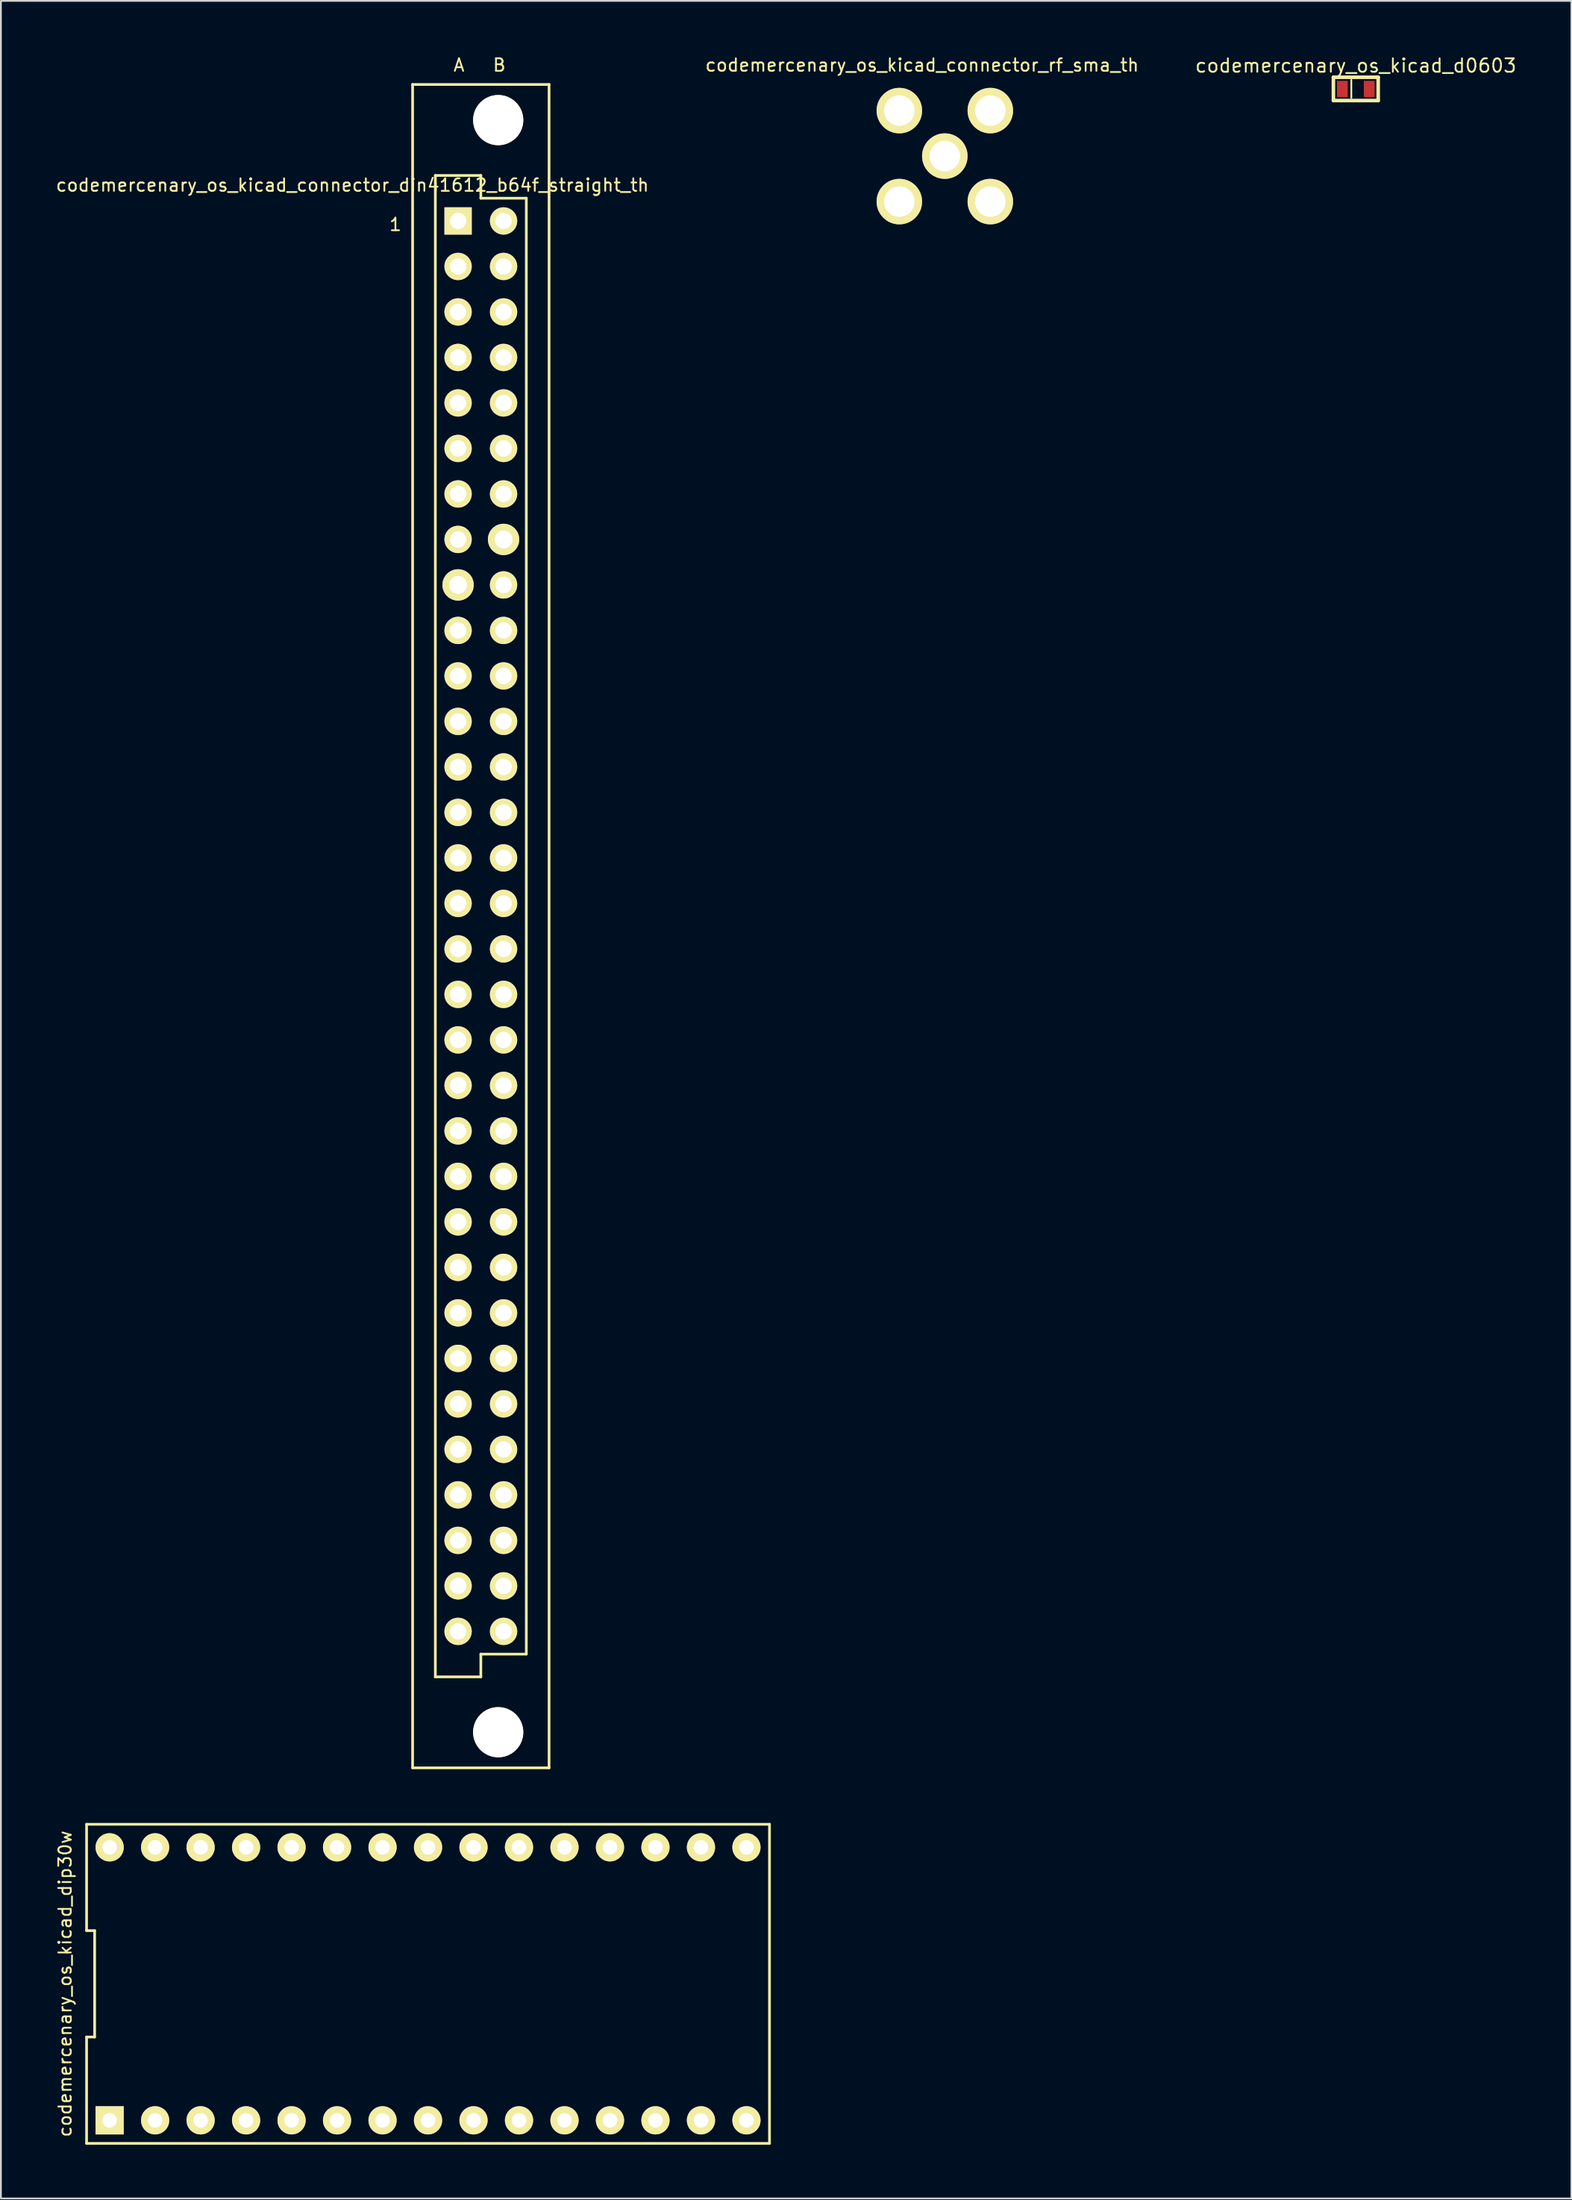
<source format=kicad_pcb>
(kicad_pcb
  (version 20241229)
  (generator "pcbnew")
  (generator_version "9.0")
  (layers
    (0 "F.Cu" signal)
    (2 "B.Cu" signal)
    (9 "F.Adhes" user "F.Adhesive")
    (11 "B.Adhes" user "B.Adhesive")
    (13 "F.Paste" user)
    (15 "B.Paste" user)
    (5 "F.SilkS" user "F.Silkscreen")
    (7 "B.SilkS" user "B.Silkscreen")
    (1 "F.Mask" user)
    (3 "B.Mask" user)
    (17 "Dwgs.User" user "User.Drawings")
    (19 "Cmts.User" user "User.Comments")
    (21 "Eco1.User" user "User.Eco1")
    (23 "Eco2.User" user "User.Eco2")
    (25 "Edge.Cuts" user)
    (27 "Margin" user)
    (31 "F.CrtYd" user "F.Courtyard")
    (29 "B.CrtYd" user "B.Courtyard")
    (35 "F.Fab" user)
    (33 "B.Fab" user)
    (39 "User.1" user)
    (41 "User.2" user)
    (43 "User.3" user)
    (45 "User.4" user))
  (footprint "codemercenary_os_kicad_connector_rf_sma_th"
    (layer "F.Cu")
    (at 49.71 5.665)
    (property "Reference" "codemercenary_os_kicad_connector_rf_sma_th" (at -1.27 -5.08 0) (layer "F.SilkS") (effects (font (size 0.7 0.7) (thickness 0.1))))
    (attr through_hole)
    (pad "1" thru_hole circle (at 0 0) (size 2.54 2.54) (drill 1.702) (layers "*.Cu" "*.Mask" "F.SilkS"))
    (pad "2" thru_hole circle (at 2.54 -2.54) (size 2.54 2.54) (drill 1.702) (layers "*.Cu" "*.Mask" "F.SilkS"))
    (pad "3" thru_hole circle (at -2.54 -2.54) (size 2.54 2.54) (drill 1.702) (layers "*.Cu" "*.Mask" "F.SilkS"))
    (pad "4" thru_hole circle (at -2.54 2.54) (size 2.54 2.54) (drill 1.702) (layers "*.Cu" "*.Mask" "F.SilkS"))
    (pad "5" thru_hole circle (at 2.54 2.54) (size 2.54 2.54) (drill 1.702) (layers "*.Cu" "*.Mask" "F.SilkS")))
  (footprint "codemercenary_os_kicad_d0603"
    (layer "F.Cu")
    (at 72.659 1.914)
    (property "Reference" "codemercenary_os_kicad_d0603" (at 0 -1.3 0) (layer "F.SilkS") (effects (font (size 0.75 0.75) (thickness 0.1))))
    (attr smd)
    (fp_line (start -1.25 -0.65) (end 1.25 -0.65) (stroke (width 0.2) (type solid)) (layer "F.SilkS"))
    (fp_line (start -1.25 0.65) (end -1.25 -0.65) (stroke (width 0.2) (type solid)) (layer "F.SilkS"))
    (fp_line (start -0.25 -0.5) (end -0.25 0.5) (stroke (width 0.1) (type solid)) (layer "F.SilkS"))
    (fp_line (start 1.25 -0.65) (end 1.25 0.65) (stroke (width 0.2) (type solid)) (layer "F.SilkS"))
    (fp_line (start 1.25 0.65) (end -1.25 0.65) (stroke (width 0.2) (type solid)) (layer "F.SilkS"))
    (pad "A" smd rect (at 0.75 0) (size 0.6 0.9) (layers "F.Cu" "F.Mask" "F.Paste"))
    (pad "K" smd rect (at -0.75 0) (size 0.6 0.9) (layers "F.Cu" "F.Mask" "F.Paste")))
  (footprint "codemercenary_os_kicad_dip30w"
    (layer "F.Cu")
    (at 20.852 107.702)
    (property "Reference" "codemercenary_os_kicad_dip30w" (at -20.267 0 90) (layer "F.SilkS") (effects (font (size 0.7 0.7) (thickness 0.1))))
    (attr through_hole)
    (fp_line (start -19.067 -8.907) (end -19.067 -2.969) (stroke (width 0.15) (type solid)) (layer "F.SilkS"))
    (fp_line (start -19.067 -2.969) (end -18.617 -2.969) (stroke (width 0.15) (type solid)) (layer "F.SilkS"))
    (fp_line (start -19.067 2.969) (end -19.067 8.907) (stroke (width 0.15) (type solid)) (layer "F.SilkS"))
    (fp_line (start -19.067 8.907) (end 19.067 8.907) (stroke (width 0.15) (type solid)) (layer "F.SilkS"))
    (fp_line (start -18.617 -2.969) (end -18.617 2.969) (stroke (width 0.15) (type solid)) (layer "F.SilkS"))
    (fp_line (start -18.617 2.969) (end -19.067 2.969) (stroke (width 0.15) (type solid)) (layer "F.SilkS"))
    (fp_line (start 19.067 -8.907) (end -19.067 -8.907) (stroke (width 0.15) (type solid)) (layer "F.SilkS"))
    (fp_line (start 19.067 8.907) (end 19.067 -8.907) (stroke (width 0.15) (type solid)) (layer "F.SilkS"))
    (pad "1" thru_hole rect (at -17.78 7.62) (size 1.575 1.575) (drill 0.813) (layers "*.Cu" "*.Mask" "F.SilkS"))
    (pad "2" thru_hole circle (at -15.24 7.62) (size 1.575 1.575) (drill 0.813) (layers "*.Cu" "*.Mask" "F.SilkS"))
    (pad "3" thru_hole circle (at -12.7 7.62) (size 1.575 1.575) (drill 0.813) (layers "*.Cu" "*.Mask" "F.SilkS"))
    (pad "4" thru_hole circle (at -10.16 7.62) (size 1.575 1.575) (drill 0.813) (layers "*.Cu" "*.Mask" "F.SilkS"))
    (pad "5" thru_hole circle (at -7.62 7.62) (size 1.575 1.575) (drill 0.813) (layers "*.Cu" "*.Mask" "F.SilkS"))
    (pad "6" thru_hole circle (at -5.08 7.62) (size 1.575 1.575) (drill 0.813) (layers "*.Cu" "*.Mask" "F.SilkS"))
    (pad "7" thru_hole circle (at -2.54 7.62) (size 1.575 1.575) (drill 0.813) (layers "*.Cu" "*.Mask" "F.SilkS"))
    (pad "8" thru_hole circle (at 0 7.62) (size 1.575 1.575) (drill 0.813) (layers "*.Cu" "*.Mask" "F.SilkS"))
    (pad "9" thru_hole circle (at 2.54 7.62) (size 1.575 1.575) (drill 0.813) (layers "*.Cu" "*.Mask" "F.SilkS"))
    (pad "10" thru_hole circle (at 5.08 7.62) (size 1.575 1.575) (drill 0.813) (layers "*.Cu" "*.Mask" "F.SilkS"))
    (pad "11" thru_hole circle (at 7.62 7.62) (size 1.575 1.575) (drill 0.813) (layers "*.Cu" "*.Mask" "F.SilkS"))
    (pad "12" thru_hole circle (at 10.16 7.62) (size 1.575 1.575) (drill 0.813) (layers "*.Cu" "*.Mask" "F.SilkS"))
    (pad "13" thru_hole circle (at 12.7 7.62) (size 1.575 1.575) (drill 0.813) (layers "*.Cu" "*.Mask" "F.SilkS"))
    (pad "14" thru_hole circle (at 15.24 7.62) (size 1.575 1.575) (drill 0.813) (layers "*.Cu" "*.Mask" "F.SilkS"))
    (pad "15" thru_hole circle (at 17.78 7.62) (size 1.575 1.575) (drill 0.813) (layers "*.Cu" "*.Mask" "F.SilkS"))
    (pad "16" thru_hole circle (at 17.78 -7.62) (size 1.575 1.575) (drill 0.813) (layers "*.Cu" "*.Mask" "F.SilkS"))
    (pad "17" thru_hole circle (at 15.24 -7.62) (size 1.575 1.575) (drill 0.813) (layers "*.Cu" "*.Mask" "F.SilkS"))
    (pad "18" thru_hole circle (at 12.7 -7.62) (size 1.575 1.575) (drill 0.813) (layers "*.Cu" "*.Mask" "F.SilkS"))
    (pad "19" thru_hole circle (at 10.16 -7.62) (size 1.575 1.575) (drill 0.813) (layers "*.Cu" "*.Mask" "F.SilkS"))
    (pad "20" thru_hole circle (at 7.62 -7.62) (size 1.575 1.575) (drill 0.813) (layers "*.Cu" "*.Mask" "F.SilkS"))
    (pad "21" thru_hole circle (at 5.08 -7.62) (size 1.575 1.575) (drill 0.813) (layers "*.Cu" "*.Mask" "F.SilkS"))
    (pad "22" thru_hole circle (at 2.54 -7.62) (size 1.575 1.575) (drill 0.813) (layers "*.Cu" "*.Mask" "F.SilkS"))
    (pad "23" thru_hole circle (at 0 -7.62) (size 1.575 1.575) (drill 0.813) (layers "*.Cu" "*.Mask" "F.SilkS"))
    (pad "24" thru_hole circle (at -2.54 -7.62) (size 1.575 1.575) (drill 0.813) (layers "*.Cu" "*.Mask" "F.SilkS"))
    (pad "25" thru_hole circle (at -5.08 -7.62) (size 1.575 1.575) (drill 0.813) (layers "*.Cu" "*.Mask" "F.SilkS"))
    (pad "26" thru_hole circle (at -7.62 -7.62) (size 1.575 1.575) (drill 0.813) (layers "*.Cu" "*.Mask" "F.SilkS"))
    (pad "27" thru_hole circle (at -10.16 -7.62) (size 1.575 1.575) (drill 0.813) (layers "*.Cu" "*.Mask" "F.SilkS"))
    (pad "28" thru_hole circle (at -12.7 -7.62) (size 1.575 1.575) (drill 0.813) (layers "*.Cu" "*.Mask" "F.SilkS"))
    (pad "29" thru_hole circle (at -15.24 -7.62) (size 1.575 1.575) (drill 0.813) (layers "*.Cu" "*.Mask" "F.SilkS"))
    (pad "30" thru_hole circle (at -17.78 -7.62) (size 1.575 1.575) (drill 0.813) (layers "*.Cu" "*.Mask" "F.SilkS")))
  (footprint "codemercenary_os_kicad_connector_din41612_b64f_straight_th"
    (layer "F.Cu")
    (at 22.53 9.285)
    (property "Reference" "codemercenary_os_kicad_connector_din41612_b64f_straight_th" (at -5.9 -2 0) (layer "F.SilkS") (effects (font (size 0.7 0.7) (thickness 0.1))))
    (attr through_hole)
    (fp_line (start -2.54 -7.62) (end -2.54 86.36) (stroke (width 0.15) (type solid)) (layer "F.SilkS"))
    (fp_line (start -2.54 86.36) (end 5.08 86.36) (stroke (width 0.15) (type solid)) (layer "F.SilkS"))
    (fp_line (start -1.27 -2.54) (end 1.27 -2.54) (stroke (width 0.15) (type solid)) (layer "F.SilkS"))
    (fp_line (start -1.27 81.28) (end -1.27 -2.54) (stroke (width 0.15) (type solid)) (layer "F.SilkS"))
    (fp_line (start 1.27 -2.54) (end 1.27 -1.27) (stroke (width 0.15) (type solid)) (layer "F.SilkS"))
    (fp_line (start 1.27 -1.27) (end 3.81 -1.27) (stroke (width 0.15) (type solid)) (layer "F.SilkS"))
    (fp_line (start 1.27 80.01) (end 1.27 81.28) (stroke (width 0.15) (type solid)) (layer "F.SilkS"))
    (fp_line (start 1.27 81.28) (end -1.27 81.28) (stroke (width 0.15) (type solid)) (layer "F.SilkS"))
    (fp_line (start 3.81 -1.27) (end 3.81 80.01) (stroke (width 0.15) (type solid)) (layer "F.SilkS"))
    (fp_line (start 3.81 80.01) (end 1.27 80.01) (stroke (width 0.15) (type solid)) (layer "F.SilkS"))
    (fp_line (start 5.08 -7.62) (end -2.54 -7.62) (stroke (width 0.15) (type solid)) (layer "F.SilkS"))
    (fp_line (start 5.08 86.36) (end 5.08 -7.62) (stroke (width 0.15) (type solid)) (layer "F.SilkS"))
    (fp_text user "A   B" (at 1.2 -8.7 0) (layer "F.SilkS") (effects (font (size 0.7 0.7) (thickness 0.1))))
    (fp_text user "1" (at -3.5 0.2 0) (layer "F.SilkS") (effects (font (size 0.7 0.7) (thickness 0.1))))
    (pad "" np_thru_hole circle (at 2.24 -5.63) (size 2.8 2.8) (drill 2.8) (layers "*.Cu" "*.Mask" "F.SilkS"))
    (pad "" np_thru_hole circle (at 2.24 84.37) (size 2.8 2.8) (drill 2.8) (layers "*.Cu" "*.Mask" "F.SilkS"))
    (pad "A1" thru_hole rect (at 0 0) (size 1.524 1.524) (drill 0.914) (layers "*.Cu" "*.Mask" "F.SilkS"))
    (pad "A2" thru_hole circle (at 0 2.54) (size 1.524 1.524) (drill 0.914) (layers "*.Cu" "*.Mask" "F.SilkS"))
    (pad "A3" thru_hole circle (at 0 5.08) (size 1.524 1.524) (drill 0.914) (layers "*.Cu" "*.Mask" "F.SilkS"))
    (pad "A4" thru_hole circle (at 0 7.62) (size 1.524 1.524) (drill 0.914) (layers "*.Cu" "*.Mask" "F.SilkS"))
    (pad "A5" thru_hole circle (at 0 10.16) (size 1.524 1.524) (drill 0.914) (layers "*.Cu" "*.Mask" "F.SilkS"))
    (pad "A6" thru_hole circle (at 0 12.7) (size 1.524 1.524) (drill 0.914) (layers "*.Cu" "*.Mask" "F.SilkS"))
    (pad "A7" thru_hole circle (at 0 15.24) (size 1.524 1.524) (drill 0.914) (layers "*.Cu" "*.Mask" "F.SilkS"))
    (pad "A8" thru_hole circle (at 0 17.78) (size 1.524 1.524) (drill 0.914) (layers "*.Cu" "*.Mask" "F.SilkS"))
    (pad "A9" thru_hole circle (at 0 20.32) (size 1.75 1.75) (drill 1) (layers "*.Cu" "*.Mask" "F.SilkS"))
    (pad "A10" thru_hole circle (at 0 22.86) (size 1.524 1.524) (drill 0.914) (layers "*.Cu" "*.Mask" "F.SilkS"))
    (pad "A11" thru_hole circle (at 0 25.4) (size 1.524 1.524) (drill 0.914) (layers "*.Cu" "*.Mask" "F.SilkS"))
    (pad "A12" thru_hole circle (at 0 27.94) (size 1.524 1.524) (drill 0.914) (layers "*.Cu" "*.Mask" "F.SilkS"))
    (pad "A13" thru_hole circle (at 0 30.48) (size 1.524 1.524) (drill 0.914) (layers "*.Cu" "*.Mask" "F.SilkS"))
    (pad "A14" thru_hole circle (at 0 33.02) (size 1.524 1.524) (drill 0.914) (layers "*.Cu" "*.Mask" "F.SilkS"))
    (pad "A15" thru_hole circle (at 0 35.56) (size 1.524 1.524) (drill 0.914) (layers "*.Cu" "*.Mask" "F.SilkS"))
    (pad "A16" thru_hole circle (at 0 38.1) (size 1.524 1.524) (drill 0.914) (layers "*.Cu" "*.Mask" "F.SilkS"))
    (pad "A17" thru_hole circle (at 0 40.64) (size 1.524 1.524) (drill 0.914) (layers "*.Cu" "*.Mask" "F.SilkS"))
    (pad "A18" thru_hole circle (at 0 43.18) (size 1.524 1.524) (drill 0.914) (layers "*.Cu" "*.Mask" "F.SilkS"))
    (pad "A19" thru_hole circle (at 0 45.72) (size 1.524 1.524) (drill 0.914) (layers "*.Cu" "*.Mask" "F.SilkS"))
    (pad "A20" thru_hole circle (at 0 48.26) (size 1.524 1.524) (drill 0.914) (layers "*.Cu" "*.Mask" "F.SilkS"))
    (pad "A21" thru_hole circle (at 0 50.8) (size 1.524 1.524) (drill 0.914) (layers "*.Cu" "*.Mask" "F.SilkS"))
    (pad "A22" thru_hole circle (at 0 53.34) (size 1.524 1.524) (drill 0.914) (layers "*.Cu" "*.Mask" "F.SilkS"))
    (pad "A23" thru_hole circle (at 0 55.88) (size 1.524 1.524) (drill 0.914) (layers "*.Cu" "*.Mask" "F.SilkS"))
    (pad "A24" thru_hole circle (at 0 58.42) (size 1.524 1.524) (drill 0.914) (layers "*.Cu" "*.Mask" "F.SilkS"))
    (pad "A25" thru_hole circle (at 0 60.96) (size 1.524 1.524) (drill 0.914) (layers "*.Cu" "*.Mask" "F.SilkS"))
    (pad "A26" thru_hole circle (at 0 63.5) (size 1.524 1.524) (drill 0.914) (layers "*.Cu" "*.Mask" "F.SilkS"))
    (pad "A27" thru_hole circle (at 0 66.04) (size 1.524 1.524) (drill 0.914) (layers "*.Cu" "*.Mask" "F.SilkS"))
    (pad "A28" thru_hole circle (at 0 68.58) (size 1.524 1.524) (drill 0.914) (layers "*.Cu" "*.Mask" "F.SilkS"))
    (pad "A29" thru_hole circle (at 0 71.12) (size 1.524 1.524) (drill 0.914) (layers "*.Cu" "*.Mask" "F.SilkS"))
    (pad "A30" thru_hole circle (at 0 73.66) (size 1.524 1.524) (drill 0.914) (layers "*.Cu" "*.Mask" "F.SilkS"))
    (pad "A31" thru_hole circle (at 0 76.2) (size 1.524 1.524) (drill 0.914) (layers "*.Cu" "*.Mask" "F.SilkS"))
    (pad "A32" thru_hole circle (at 0 78.74) (size 1.524 1.524) (drill 0.914) (layers "*.Cu" "*.Mask" "F.SilkS"))
    (pad "B1" thru_hole circle (at 2.54 0) (size 1.524 1.524) (drill 0.914) (layers "*.Cu" "*.Mask" "F.SilkS"))
    (pad "B2" thru_hole circle (at 2.54 2.54) (size 1.524 1.524) (drill 0.914) (layers "*.Cu" "*.Mask" "F.SilkS"))
    (pad "B3" thru_hole circle (at 2.54 5.08) (size 1.524 1.524) (drill 0.914) (layers "*.Cu" "*.Mask" "F.SilkS"))
    (pad "B4" thru_hole circle (at 2.54 7.62) (size 1.524 1.524) (drill 0.914) (layers "*.Cu" "*.Mask" "F.SilkS"))
    (pad "B5" thru_hole circle (at 2.54 10.16) (size 1.524 1.524) (drill 0.914) (layers "*.Cu" "*.Mask" "F.SilkS"))
    (pad "B6" thru_hole circle (at 2.54 12.7) (size 1.524 1.524) (drill 0.914) (layers "*.Cu" "*.Mask" "F.SilkS"))
    (pad "B7" thru_hole circle (at 2.54 15.24) (size 1.524 1.524) (drill 0.914) (layers "*.Cu" "*.Mask" "F.SilkS"))
    (pad "B8" thru_hole circle (at 2.54 17.78) (size 1.75 1.75) (drill 1) (layers "*.Cu" "*.Mask" "F.SilkS"))
    (pad "B9" thru_hole circle (at 2.54 20.32) (size 1.524 1.524) (drill 0.914) (layers "*.Cu" "*.Mask" "F.SilkS"))
    (pad "B10" thru_hole circle (at 2.54 22.86) (size 1.524 1.524) (drill 0.914) (layers "*.Cu" "*.Mask" "F.SilkS"))
    (pad "B11" thru_hole circle (at 2.54 25.4) (size 1.524 1.524) (drill 0.914) (layers "*.Cu" "*.Mask" "F.SilkS"))
    (pad "B12" thru_hole circle (at 2.54 27.94) (size 1.524 1.524) (drill 0.914) (layers "*.Cu" "*.Mask" "F.SilkS"))
    (pad "B13" thru_hole circle (at 2.54 30.48) (size 1.524 1.524) (drill 0.914) (layers "*.Cu" "*.Mask" "F.SilkS"))
    (pad "B14" thru_hole circle (at 2.54 33.02) (size 1.524 1.524) (drill 0.914) (layers "*.Cu" "*.Mask" "F.SilkS"))
    (pad "B15" thru_hole circle (at 2.54 35.56) (size 1.524 1.524) (drill 0.914) (layers "*.Cu" "*.Mask" "F.SilkS"))
    (pad "B16" thru_hole circle (at 2.54 38.1) (size 1.524 1.524) (drill 0.914) (layers "*.Cu" "*.Mask" "F.SilkS"))
    (pad "B17" thru_hole circle (at 2.54 40.64) (size 1.524 1.524) (drill 0.914) (layers "*.Cu" "*.Mask" "F.SilkS"))
    (pad "B18" thru_hole circle (at 2.54 43.18) (size 1.524 1.524) (drill 0.914) (layers "*.Cu" "*.Mask" "F.SilkS"))
    (pad "B19" thru_hole circle (at 2.54 45.72) (size 1.524 1.524) (drill 0.914) (layers "*.Cu" "*.Mask" "F.SilkS"))
    (pad "B20" thru_hole circle (at 2.54 48.26) (size 1.524 1.524) (drill 0.914) (layers "*.Cu" "*.Mask" "F.SilkS"))
    (pad "B21" thru_hole circle (at 2.54 50.8) (size 1.524 1.524) (drill 0.914) (layers "*.Cu" "*.Mask" "F.SilkS"))
    (pad "B22" thru_hole circle (at 2.54 53.34) (size 1.524 1.524) (drill 0.914) (layers "*.Cu" "*.Mask" "F.SilkS"))
    (pad "B23" thru_hole circle (at 2.54 55.88) (size 1.524 1.524) (drill 0.914) (layers "*.Cu" "*.Mask" "F.SilkS"))
    (pad "B24" thru_hole circle (at 2.54 58.42) (size 1.524 1.524) (drill 0.914) (layers "*.Cu" "*.Mask" "F.SilkS"))
    (pad "B25" thru_hole circle (at 2.54 60.96) (size 1.524 1.524) (drill 0.914) (layers "*.Cu" "*.Mask" "F.SilkS"))
    (pad "B26" thru_hole circle (at 2.54 63.5) (size 1.524 1.524) (drill 0.914) (layers "*.Cu" "*.Mask" "F.SilkS"))
    (pad "B27" thru_hole circle (at 2.54 66.04) (size 1.524 1.524) (drill 0.914) (layers "*.Cu" "*.Mask" "F.SilkS"))
    (pad "B28" thru_hole circle (at 2.54 68.58) (size 1.524 1.524) (drill 0.914) (layers "*.Cu" "*.Mask" "F.SilkS"))
    (pad "B29" thru_hole circle (at 2.54 71.12) (size 1.524 1.524) (drill 0.914) (layers "*.Cu" "*.Mask" "F.SilkS"))
    (pad "B30" thru_hole circle (at 2.54 73.66) (size 1.524 1.524) (drill 0.914) (layers "*.Cu" "*.Mask" "F.SilkS"))
    (pad "B31" thru_hole circle (at 2.54 76.2) (size 1.524 1.524) (drill 0.914) (layers "*.Cu" "*.Mask" "F.SilkS"))
    (pad "B32" thru_hole circle (at 2.54 78.74) (size 1.524 1.524) (drill 0.914) (layers "*.Cu" "*.Mask" "F.SilkS")))
  (gr_rect
    (start -3 -3)
    (end 84.699 119.685)
    (stroke (width 0.1) (type default))
    (fill no)
    (layer "Edge.Cuts")))
</source>
